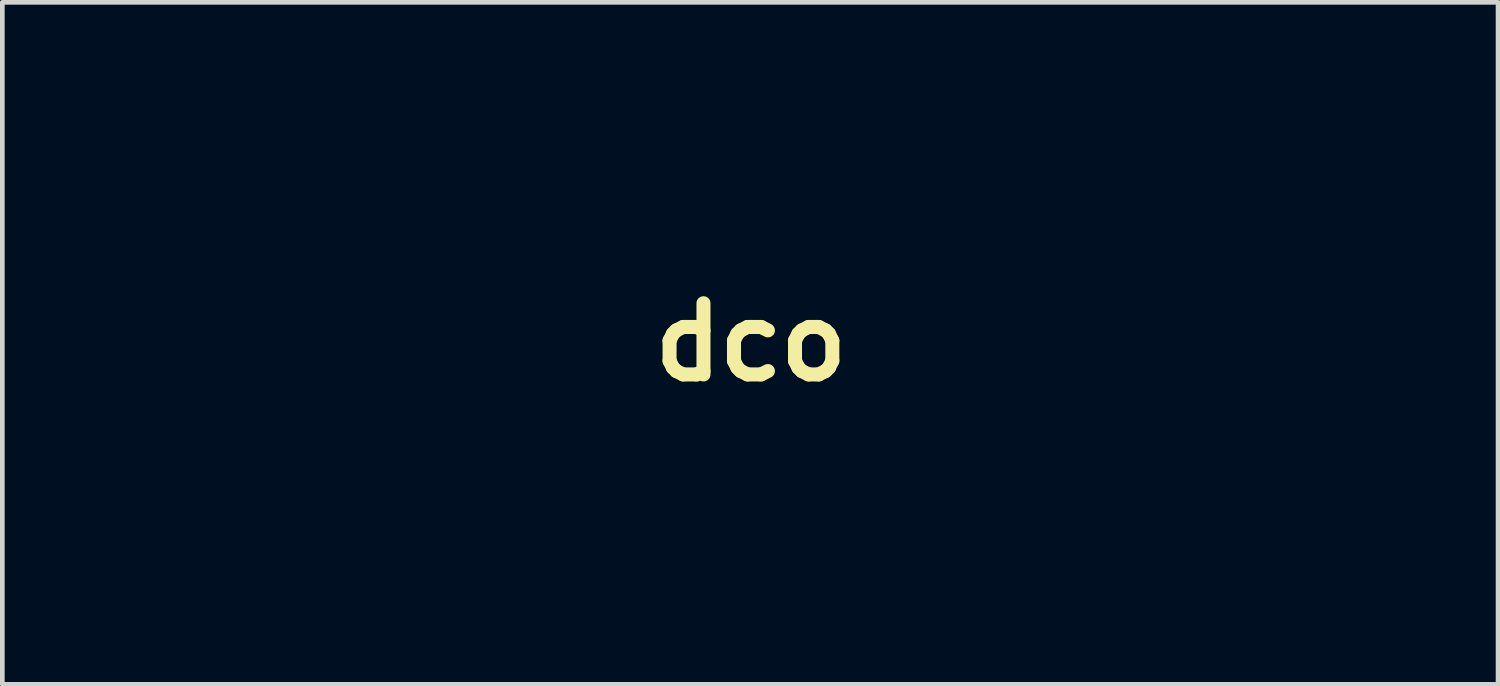
<source format=kicad_pcb>
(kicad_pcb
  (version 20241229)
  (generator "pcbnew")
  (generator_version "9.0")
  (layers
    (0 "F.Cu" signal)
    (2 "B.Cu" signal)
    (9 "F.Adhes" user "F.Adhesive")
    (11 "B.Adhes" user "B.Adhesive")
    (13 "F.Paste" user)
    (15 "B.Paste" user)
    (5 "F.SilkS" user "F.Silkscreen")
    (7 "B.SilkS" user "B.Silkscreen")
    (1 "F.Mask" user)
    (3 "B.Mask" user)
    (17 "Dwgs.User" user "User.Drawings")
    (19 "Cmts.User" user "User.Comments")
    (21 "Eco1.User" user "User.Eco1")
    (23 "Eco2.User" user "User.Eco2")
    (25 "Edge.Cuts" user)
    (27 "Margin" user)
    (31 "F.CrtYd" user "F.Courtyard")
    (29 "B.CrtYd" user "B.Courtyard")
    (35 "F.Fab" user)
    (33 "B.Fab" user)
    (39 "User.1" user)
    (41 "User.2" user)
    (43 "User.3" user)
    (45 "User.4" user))
  (footprint "dco"
    (layer "F.Cu")
    (at 13.023 4.275)
    (property "Reference" "dco" (at 0 0 0) (layer "F.SilkS") (effects (font (size 1.524 1.524) (thickness 0.3))))
    (attr through_hole)
    (fp_poly (pts (xy 2.524 -4.201) (xy 2.576 -4.163) (xy 2.667 -4.085) (xy 2.789 -3.973) (xy 2.938 -3.833) (xy 3.106 -3.671) (xy 3.287 -3.492) (xy 3.426 -3.354) (xy 4.2 -2.575) (xy 4.182 -2.378) (xy 4.14 -2.184) (xy 4.054 -2.036) (xy 3.926 -1.934) (xy 3.758 -1.881) (xy 3.648 -1.873) (xy 3.465 -1.873) (xy 3.016 -2.294) (xy 2.868 -2.43) (xy 2.728 -2.556) (xy 2.605 -2.663) (xy 2.509 -2.742) (xy 2.45 -2.786) (xy 2.334 -2.857) (xy 0.046 -2.857) (xy -2.242 -2.858) (xy -2.384 -2.768) (xy -2.549 -2.638) (xy -2.681 -2.484) (xy -2.751 -2.358) (xy -2.773 -2.271) (xy -2.786 -2.128) (xy -2.793 -1.925) (xy -2.794 -1.81) (xy -2.793 -1.634) (xy -2.785 -1.491) (xy -2.767 -1.37) (xy -2.734 -1.261) (xy -2.679 -1.155) (xy -2.599 -1.041) (xy -2.489 -0.908) (xy -2.343 -0.747) (xy -2.209 -0.603) (xy -2.068 -0.454) (xy -1.953 -0.328) (xy -1.86 -0.22) (xy -1.787 -0.119) (xy -1.731 -0.018) (xy -1.691 0.091) (xy -1.663 0.216) (xy -1.644 0.366) (xy -1.633 0.549) (xy -1.627 0.772) (xy -1.623 1.045) (xy -1.619 1.286) (xy -1.613 1.619) (xy -1.607 1.891) (xy -1.599 2.105) (xy -1.59 2.263) (xy -1.58 2.37) (xy -1.568 2.426) (xy -1.565 2.432) (xy -1.49 2.527) (xy -1.375 2.632) (xy -1.238 2.733) (xy -1.098 2.814) (xy -1.083 2.821) (xy -0.905 2.905) (xy 2.27 2.905) (xy 2.408 2.831) (xy 2.475 2.787) (xy 2.577 2.706) (xy 2.706 2.599) (xy 2.851 2.472) (xy 3.003 2.334) (xy 3.01 2.328) (xy 3.473 1.897) (xy 3.657 1.914) (xy 3.856 1.953) (xy 4.005 2.029) (xy 4.108 2.147) (xy 4.168 2.31) (xy 4.182 2.411) (xy 4.2 2.609) (xy 3.394 3.413) (xy 3.181 3.626) (xy 3.007 3.798) (xy 2.867 3.934) (xy 2.756 4.039) (xy 2.668 4.117) (xy 2.599 4.174) (xy 2.543 4.213) (xy 2.494 4.239) (xy 2.447 4.258) (xy 2.415 4.268) (xy 2.375 4.278) (xy 2.323 4.286) (xy 2.256 4.294) (xy 2.169 4.3) (xy 2.057 4.305) (xy 1.915 4.309) (xy 1.739 4.312) (xy 1.524 4.314) (xy 1.266 4.316) (xy 0.959 4.317) (xy 0.6 4.317) (xy 0.183 4.317) (xy 0.05 4.317) (xy -0.379 4.317) (xy -0.748 4.316) (xy -1.064 4.315) (xy -1.331 4.314) (xy -1.553 4.312) (xy -1.735 4.31) (xy -1.882 4.306) (xy -1.999 4.302) (xy -2.091 4.296) (xy -2.162 4.29) (xy -2.218 4.282) (xy -2.262 4.273) (xy -2.299 4.262) (xy -2.314 4.257) (xy -2.364 4.237) (xy -2.415 4.211) (xy -2.472 4.172) (xy -2.542 4.117) (xy -2.628 4.041) (xy -2.738 3.939) (xy -2.876 3.806) (xy -3.047 3.638) (xy -3.257 3.429) (xy -3.277 3.409) (xy -3.517 3.169) (xy -3.713 2.969) (xy -3.868 2.806) (xy -3.985 2.677) (xy -4.067 2.578) (xy -4.117 2.508) (xy -4.13 2.482) (xy -4.142 2.453) (xy -4.152 2.421) (xy -4.16 2.38) (xy -4.167 2.326) (xy -4.173 2.255) (xy -4.178 2.161) (xy -4.182 2.041) (xy -4.185 1.889) (xy -4.187 1.702) (xy -4.189 1.475) (xy -4.19 1.203) (xy -4.191 0.881) (xy -4.191 0.506) (xy -4.191 0.072) (xy -4.191 0.011) (xy -4.191 -0.43) (xy -4.191 -0.812) (xy -4.19 -1.14) (xy -4.189 -1.417) (xy -4.188 -1.65) (xy -4.186 -1.842) (xy -4.183 -1.998) (xy -4.179 -2.122) (xy -4.175 -2.219) (xy -4.169 -2.293) (xy -4.162 -2.35) (xy -4.154 -2.393) (xy -4.144 -2.428) (xy -4.132 -2.458) (xy -4.127 -2.471) (xy -4.099 -2.523) (xy -4.051 -2.589) (xy -3.981 -2.673) (xy -3.883 -2.78) (xy -3.752 -2.915) (xy -3.586 -3.081) (xy -3.379 -3.285) (xy -3.292 -3.369) (xy -3.104 -3.551) (xy -2.924 -3.721) (xy -2.76 -3.873) (xy -2.618 -4.001) (xy -2.503 -4.101) (xy -2.423 -4.165) (xy -2.392 -4.185) (xy -2.366 -4.198) (xy -2.338 -4.209) (xy -2.304 -4.218) (xy -2.258 -4.226) (xy -2.197 -4.233) (xy -2.115 -4.238) (xy -2.009 -4.243) (xy -1.873 -4.247) (xy -1.704 -4.25) (xy -1.496 -4.253) (xy -1.246 -4.255) (xy -0.948 -4.257) (xy -0.598 -4.258) (xy -0.192 -4.26) (xy 0.067 -4.261) (xy 2.397 -4.27) (xy 2.524 -4.201)) (stroke (width 0.01) (type solid)) (fill yes) (layer "F.Mask"))
    (fp_poly (pts (xy 10.365 -4.264) (xy 10.556 -4.263) (xy 10.71 -4.261) (xy 10.832 -4.257) (xy 10.927 -4.253) (xy 10.999 -4.248) (xy 11.052 -4.241) (xy 11.09 -4.233) (xy 11.119 -4.223) (xy 11.143 -4.212) (xy 11.144 -4.212) (xy 11.192 -4.176) (xy 11.279 -4.101) (xy 11.399 -3.991) (xy 11.545 -3.854) (xy 11.712 -3.693) (xy 11.894 -3.516) (xy 12.058 -3.354) (xy 12.274 -3.139) (xy 12.449 -2.962) (xy 12.588 -2.819) (xy 12.696 -2.705) (xy 12.777 -2.614) (xy 12.835 -2.541) (xy 12.877 -2.482) (xy 12.905 -2.429) (xy 12.923 -2.388) (xy 12.935 -2.353) (xy 12.945 -2.316) (xy 12.954 -2.272) (xy 12.962 -2.216) (xy 12.968 -2.143) (xy 12.973 -2.048) (xy 12.977 -1.928) (xy 12.98 -1.776) (xy 12.982 -1.589) (xy 12.984 -1.362) (xy 12.985 -1.089) (xy 12.985 -0.767) (xy 12.986 -0.39) (xy 12.986 -0.005) (xy 12.986 0.432) (xy 12.985 0.81) (xy 12.984 1.134) (xy 12.983 1.408) (xy 12.98 1.638) (xy 12.978 1.826) (xy 12.974 1.979) (xy 12.969 2.101) (xy 12.963 2.197) (xy 12.957 2.27) (xy 12.949 2.327) (xy 12.939 2.37) (xy 12.936 2.383) (xy 12.92 2.431) (xy 12.9 2.476) (xy 12.871 2.526) (xy 12.827 2.586) (xy 12.765 2.659) (xy 12.68 2.752) (xy 12.567 2.87) (xy 12.422 3.018) (xy 12.241 3.2) (xy 12.055 3.387) (xy 11.838 3.603) (xy 11.661 3.779) (xy 11.518 3.918) (xy 11.404 4.027) (xy 11.314 4.108) (xy 11.243 4.167) (xy 11.186 4.208) (xy 11.137 4.236) (xy 11.091 4.255) (xy 11.051 4.268) (xy 11.011 4.278) (xy 10.959 4.286) (xy 10.892 4.294) (xy 10.805 4.3) (xy 10.693 4.305) (xy 10.551 4.309) (xy 10.375 4.312) (xy 10.16 4.314) (xy 9.902 4.316) (xy 9.595 4.317) (xy 9.236 4.317) (xy 8.819 4.317) (xy 8.686 4.317) (xy 8.257 4.317) (xy 7.888 4.316) (xy 7.572 4.315) (xy 7.305 4.314) (xy 7.083 4.312) (xy 6.901 4.31) (xy 6.754 4.306) (xy 6.637 4.302) (xy 6.545 4.296) (xy 6.474 4.29) (xy 6.418 4.282) (xy 6.374 4.273) (xy 6.337 4.262) (xy 6.322 4.257) (xy 6.272 4.237) (xy 6.222 4.211) (xy 6.164 4.173) (xy 6.095 4.118) (xy 6.008 4.042) (xy 5.899 3.94) (xy 5.762 3.807) (xy 5.592 3.639) (xy 5.382 3.431) (xy 5.36 3.409) (xy 5.12 3.167) (xy 4.923 2.965) (xy 4.767 2.801) (xy 4.649 2.671) (xy 4.568 2.573) (xy 4.519 2.503) (xy 4.507 2.48) (xy 4.495 2.452) (xy 4.485 2.421) (xy 4.477 2.382) (xy 4.469 2.33) (xy 4.463 2.262) (xy 4.458 2.172) (xy 4.454 2.056) (xy 4.451 1.911) (xy 4.449 1.73) (xy 4.447 1.509) (xy 4.446 1.245) (xy 4.445 0.932) (xy 4.445 0.567) (xy 4.445 0.143) (xy 4.445 0.032) (xy 5.842 0.032) (xy 5.842 0.469) (xy 5.842 0.846) (xy 5.843 1.17) (xy 5.844 1.443) (xy 5.845 1.671) (xy 5.847 1.859) (xy 5.85 2.01) (xy 5.854 2.13) (xy 5.859 2.222) (xy 5.865 2.292) (xy 5.872 2.344) (xy 5.88 2.383) (xy 5.89 2.412) (xy 5.902 2.438) (xy 5.904 2.442) (xy 6.011 2.592) (xy 6.166 2.724) (xy 6.266 2.785) (xy 6.317 2.81) (xy 6.365 2.832) (xy 6.415 2.851) (xy 6.474 2.867) (xy 6.545 2.88) (xy 6.633 2.89) (xy 6.744 2.899) (xy 6.881 2.905) (xy 7.051 2.909) (xy 7.257 2.912) (xy 7.506 2.913) (xy 7.8 2.913) (xy 8.147 2.913) (xy 8.549 2.912) (xy 8.763 2.911) (xy 10.906 2.905) (xy 11.049 2.831) (xy 11.247 2.699) (xy 11.41 2.53) (xy 11.513 2.365) (xy 11.534 2.319) (xy 11.551 2.275) (xy 11.564 2.224) (xy 11.573 2.16) (xy 11.58 2.075) (xy 11.584 1.96) (xy 11.587 1.808) (xy 11.588 1.613) (xy 11.588 1.365) (xy 11.588 1.222) (xy 11.588 0.926) (xy 11.587 0.685) (xy 11.582 0.489) (xy 11.569 0.33) (xy 11.547 0.199) (xy 11.511 0.087) (xy 11.46 -0.015) (xy 11.389 -0.117) (xy 11.297 -0.226) (xy 11.181 -0.351) (xy 11.036 -0.503) (xy 11.019 -0.521) (xy 10.882 -0.669) (xy 10.755 -0.813) (xy 10.648 -0.941) (xy 10.569 -1.044) (xy 10.527 -1.108) (xy 10.494 -1.188) (xy 10.468 -1.283) (xy 10.447 -1.407) (xy 10.429 -1.574) (xy 10.419 -1.687) (xy 10.393 -1.944) (xy 10.357 -2.15) (xy 10.308 -2.316) (xy 10.243 -2.455) (xy 10.157 -2.578) (xy 10.128 -2.612) (xy 10.083 -2.664) (xy 10.043 -2.708) (xy 10.002 -2.745) (xy 9.956 -2.775) (xy 9.898 -2.799) (xy 9.824 -2.818) (xy 9.728 -2.833) (xy 9.605 -2.843) (xy 9.449 -2.85) (xy 9.255 -2.854) (xy 9.018 -2.857) (xy 8.733 -2.857) (xy 8.393 -2.858) (xy 8.09 -2.857) (xy 6.394 -2.858) (xy 6.252 -2.768) (xy 6.087 -2.638) (xy 5.955 -2.484) (xy 5.885 -2.358) (xy 5.876 -2.328) (xy 5.869 -2.275) (xy 5.863 -2.198) (xy 5.857 -2.091) (xy 5.853 -1.951) (xy 5.85 -1.773) (xy 5.847 -1.553) (xy 5.845 -1.289) (xy 5.843 -0.974) (xy 5.842 -0.606) (xy 5.842 -0.181) (xy 5.842 0.032) (xy 4.445 0.032) (xy 4.445 -0.005) (xy 4.445 -2.352) (xy 4.521 -2.501) (xy 4.565 -2.564) (xy 4.649 -2.662) (xy 4.766 -2.79) (xy 4.91 -2.94) (xy 5.072 -3.106) (xy 5.247 -3.28) (xy 5.428 -3.457) (xy 5.607 -3.629) (xy 5.778 -3.79) (xy 5.934 -3.932) (xy 6.067 -4.05) (xy 6.172 -4.136) (xy 6.24 -4.184) (xy 6.243 -4.185) (xy 6.269 -4.198) (xy 6.297 -4.209) (xy 6.331 -4.218) (xy 6.377 -4.226) (xy 6.438 -4.233) (xy 6.519 -4.238) (xy 6.624 -4.243) (xy 6.759 -4.247) (xy 6.928 -4.25) (xy 7.134 -4.252) (xy 7.383 -4.255) (xy 7.68 -4.256) (xy 8.028 -4.258) (xy 8.433 -4.26) (xy 8.703 -4.261) (xy 9.145 -4.263) (xy 9.527 -4.264) (xy 9.855 -4.265) (xy 10.133 -4.265) (xy 10.365 -4.264)) (stroke (width 0.01) (type solid)) (fill yes) (layer "F.Mask"))
    (fp_poly (pts (xy -7.437 -4.265) (xy -7.195 -4.264) (xy -6.993 -4.263) (xy -6.827 -4.261) (xy -6.692 -4.258) (xy -6.586 -4.254) (xy -6.504 -4.25) (xy -6.442 -4.244) (xy -6.396 -4.237) (xy -6.363 -4.23) (xy -6.338 -4.221) (xy -6.318 -4.212) (xy -6.27 -4.176) (xy -6.183 -4.101) (xy -6.064 -3.991) (xy -5.917 -3.854) (xy -5.75 -3.693) (xy -5.568 -3.516) (xy -5.405 -3.354) (xy -5.189 -3.139) (xy -5.014 -2.962) (xy -4.874 -2.819) (xy -4.767 -2.705) (xy -4.686 -2.614) (xy -4.627 -2.541) (xy -4.586 -2.482) (xy -4.557 -2.429) (xy -4.54 -2.388) (xy -4.528 -2.354) (xy -4.517 -2.317) (xy -4.508 -2.273) (xy -4.501 -2.216) (xy -4.494 -2.144) (xy -4.489 -2.05) (xy -4.485 -1.93) (xy -4.482 -1.779) (xy -4.48 -1.593) (xy -4.479 -1.366) (xy -4.478 -1.095) (xy -4.477 -0.774) (xy -4.477 -0.399) (xy -4.477 0.016) (xy -4.477 0.447) (xy -4.477 0.82) (xy -4.478 1.139) (xy -4.479 1.408) (xy -4.48 1.633) (xy -4.483 1.818) (xy -4.486 1.967) (xy -4.49 2.086) (xy -4.495 2.179) (xy -4.501 2.251) (xy -4.509 2.307) (xy -4.518 2.35) (xy -4.528 2.387) (xy -4.54 2.42) (xy -4.561 2.469) (xy -4.591 2.522) (xy -4.634 2.583) (xy -4.695 2.657) (xy -4.779 2.75) (xy -4.89 2.867) (xy -5.032 3.013) (xy -5.212 3.194) (xy -5.421 3.403) (xy -5.636 3.616) (xy -5.812 3.79) (xy -5.953 3.927) (xy -6.065 4.034) (xy -6.154 4.113) (xy -6.224 4.171) (xy -6.281 4.211) (xy -6.33 4.238) (xy -6.377 4.257) (xy -6.411 4.268) (xy -6.447 4.276) (xy -6.493 4.284) (xy -6.554 4.291) (xy -6.632 4.297) (xy -6.733 4.302) (xy -6.86 4.306) (xy -7.018 4.309) (xy -7.21 4.312) (xy -7.441 4.314) (xy -7.715 4.315) (xy -8.035 4.316) (xy -8.406 4.317) (xy -8.832 4.317) (xy -9.317 4.317) (xy -9.38 4.317) (xy -9.867 4.317) (xy -10.294 4.316) (xy -10.666 4.316) (xy -10.987 4.315) (xy -11.261 4.313) (xy -11.492 4.312) (xy -11.684 4.309) (xy -11.842 4.306) (xy -11.97 4.303) (xy -12.072 4.298) (xy -12.151 4.293) (xy -12.212 4.286) (xy -12.26 4.279) (xy -12.298 4.27) (xy -12.33 4.26) (xy -12.342 4.256) (xy -12.561 4.154) (xy -12.75 4.022) (xy -12.896 3.868) (xy -12.957 3.772) (xy -12.966 3.752) (xy -12.975 3.728) (xy -12.982 3.697) (xy -12.988 3.656) (xy -12.994 3.6) (xy -12.999 3.526) (xy -13.003 3.43) (xy -13.006 3.31) (xy -13.009 3.161) (xy -13.012 2.98) (xy -13.014 2.764) (xy -13.015 2.508) (xy -13.016 2.209) (xy -13.017 1.865) (xy -13.017 1.47) (xy -13.017 1.022) (xy -13.017 0.518) (xy -13.018 0.03) (xy -13.018 -0.537) (xy -13.018 -1.044) (xy -13.018 -1.495) (xy -13.018 -1.81) (xy -11.62 -1.81) (xy -11.619 -1.634) (xy -11.612 -1.491) (xy -11.594 -1.37) (xy -11.56 -1.262) (xy -11.506 -1.155) (xy -11.426 -1.041) (xy -11.315 -0.909) (xy -11.169 -0.748) (xy -11.035 -0.604) (xy -10.895 -0.455) (xy -10.779 -0.331) (xy -10.686 -0.222) (xy -10.614 -0.122) (xy -10.558 -0.021) (xy -10.518 0.088) (xy -10.489 0.213) (xy -10.471 0.363) (xy -10.46 0.546) (xy -10.453 0.77) (xy -10.449 1.042) (xy -10.446 1.286) (xy -10.44 1.619) (xy -10.433 1.891) (xy -10.425 2.105) (xy -10.417 2.263) (xy -10.406 2.37) (xy -10.395 2.426) (xy -10.392 2.432) (xy -10.331 2.51) (xy -10.235 2.604) (xy -10.125 2.696) (xy -10.02 2.768) (xy -9.995 2.782) (xy -9.935 2.812) (xy -9.876 2.838) (xy -9.814 2.859) (xy -9.741 2.876) (xy -9.653 2.889) (xy -9.542 2.899) (xy -9.404 2.907) (xy -9.23 2.912) (xy -9.017 2.915) (xy -8.757 2.917) (xy -8.444 2.918) (xy -8.158 2.919) (xy -7.8 2.919) (xy -7.501 2.919) (xy -7.254 2.917) (xy -7.053 2.914) (xy -6.892 2.911) (xy -6.766 2.905) (xy -6.67 2.898) (xy -6.597 2.89) (xy -6.542 2.879) (xy -6.516 2.873) (xy -6.368 2.805) (xy -6.214 2.695) (xy -6.074 2.559) (xy -5.967 2.415) (xy -5.941 2.366) (xy -5.928 2.337) (xy -5.917 2.307) (xy -5.907 2.27) (xy -5.899 2.223) (xy -5.892 2.161) (xy -5.887 2.078) (xy -5.883 1.971) (xy -5.88 1.834) (xy -5.877 1.662) (xy -5.876 1.452) (xy -5.875 1.198) (xy -5.874 0.896) (xy -5.874 0.541) (xy -5.874 0.128) (xy -5.874 0.019) (xy -5.874 -0.423) (xy -5.874 -0.807) (xy -5.874 -1.136) (xy -5.876 -1.416) (xy -5.879 -1.652) (xy -5.884 -1.847) (xy -5.891 -2.007) (xy -5.901 -2.136) (xy -5.915 -2.239) (xy -5.932 -2.321) (xy -5.953 -2.386) (xy -5.979 -2.44) (xy -6.011 -2.486) (xy -6.047 -2.529) (xy -6.09 -2.575) (xy -6.127 -2.615) (xy -6.168 -2.66) (xy -6.203 -2.699) (xy -6.238 -2.733) (xy -6.276 -2.761) (xy -6.324 -2.785) (xy -6.384 -2.805) (xy -6.462 -2.82) (xy -6.562 -2.833) (xy -6.688 -2.842) (xy -6.846 -2.849) (xy -7.04 -2.853) (xy -7.274 -2.856) (xy -7.552 -2.857) (xy -7.88 -2.858) (xy -8.262 -2.858) (xy -8.701 -2.858) (xy -8.77 -2.857) (xy -11.068 -2.857) (xy -11.21 -2.768) (xy -11.375 -2.638) (xy -11.508 -2.484) (xy -11.578 -2.358) (xy -11.599 -2.271) (xy -11.613 -2.128) (xy -11.62 -1.925) (xy -11.62 -1.81) (xy -13.018 -1.81) (xy -13.018 -1.892) (xy -13.017 -2.241) (xy -13.015 -2.543) (xy -13.013 -2.804) (xy -13.009 -3.025) (xy -13.003 -3.212) (xy -12.996 -3.366) (xy -12.987 -3.493) (xy -12.976 -3.595) (xy -12.962 -3.676) (xy -12.946 -3.74) (xy -12.926 -3.79) (xy -12.904 -3.829) (xy -12.878 -3.861) (xy -12.849 -3.891) (xy -12.816 -3.92) (xy -12.779 -3.953) (xy -12.758 -3.973) (xy -12.655 -4.063) (xy -12.543 -4.144) (xy -12.471 -4.186) (xy -12.447 -4.197) (xy -12.421 -4.207) (xy -12.389 -4.215) (xy -12.347 -4.223) (xy -12.291 -4.229) (xy -12.217 -4.235) (xy -12.121 -4.24) (xy -11.999 -4.243) (xy -11.847 -4.247) (xy -11.662 -4.25) (xy -11.439 -4.252) (xy -11.174 -4.254) (xy -10.863 -4.256) (xy -10.502 -4.257) (xy -10.088 -4.259) (xy -9.616 -4.26) (xy -9.382 -4.261) (xy -8.882 -4.263) (xy -8.441 -4.264) (xy -8.056 -4.265) (xy -7.722 -4.265) (xy -7.437 -4.265)) (stroke (width 0.01) (type solid)) (fill yes) (layer "F.Mask")))
  (gr_rect
    (start -3 -3)
    (end 29.014 11.597)
    (stroke (width 0.1) (type default))
    (fill no)
    (layer "Edge.Cuts")))
</source>
